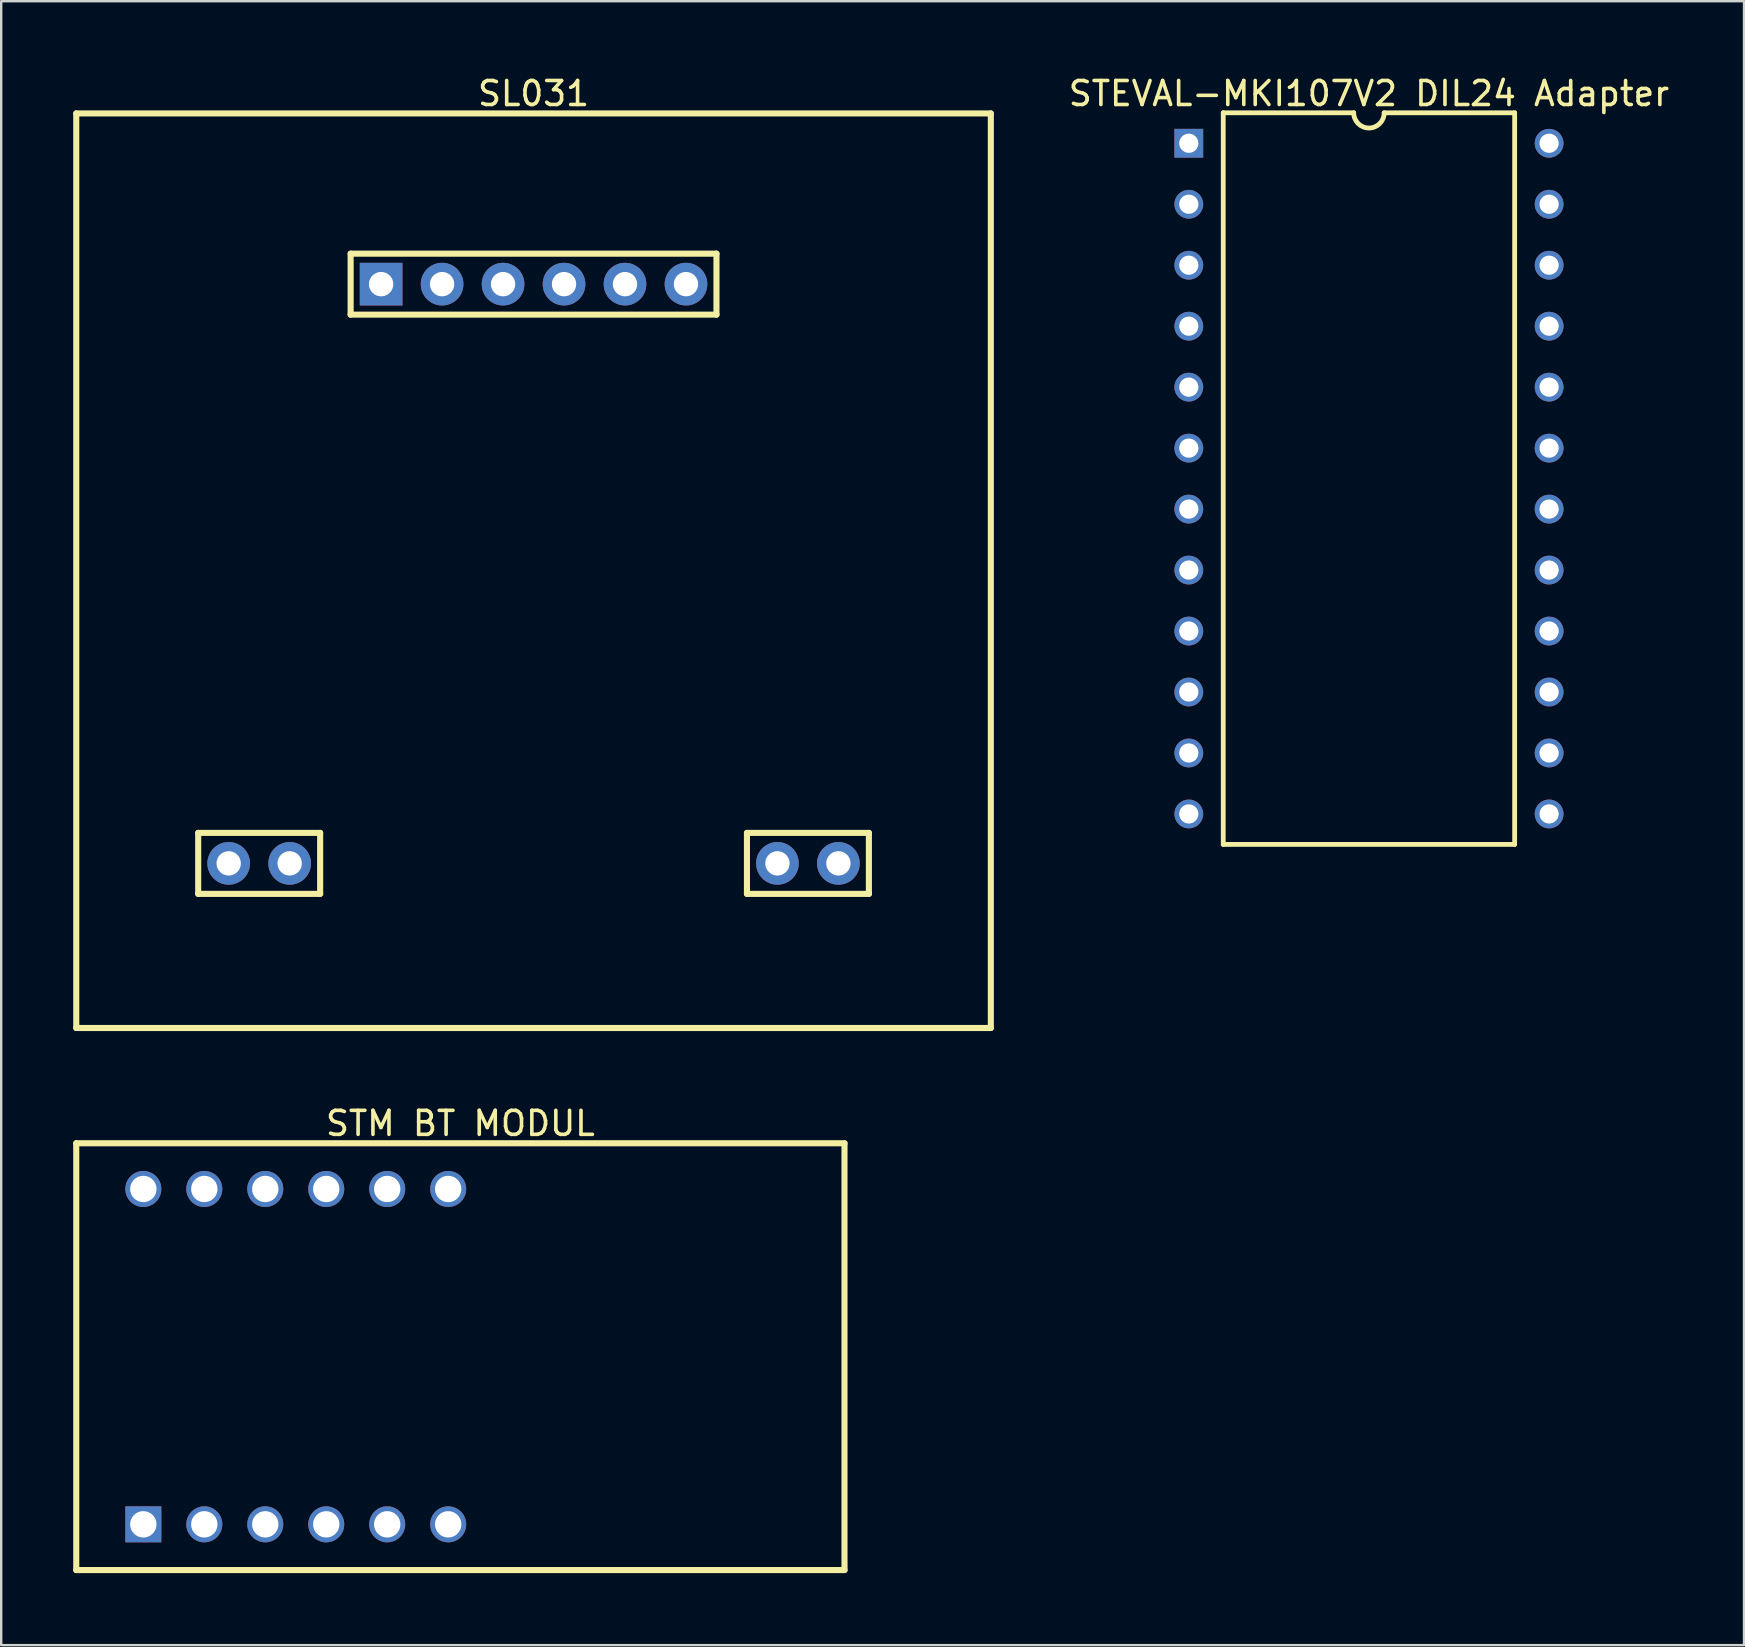
<source format=kicad_pcb>
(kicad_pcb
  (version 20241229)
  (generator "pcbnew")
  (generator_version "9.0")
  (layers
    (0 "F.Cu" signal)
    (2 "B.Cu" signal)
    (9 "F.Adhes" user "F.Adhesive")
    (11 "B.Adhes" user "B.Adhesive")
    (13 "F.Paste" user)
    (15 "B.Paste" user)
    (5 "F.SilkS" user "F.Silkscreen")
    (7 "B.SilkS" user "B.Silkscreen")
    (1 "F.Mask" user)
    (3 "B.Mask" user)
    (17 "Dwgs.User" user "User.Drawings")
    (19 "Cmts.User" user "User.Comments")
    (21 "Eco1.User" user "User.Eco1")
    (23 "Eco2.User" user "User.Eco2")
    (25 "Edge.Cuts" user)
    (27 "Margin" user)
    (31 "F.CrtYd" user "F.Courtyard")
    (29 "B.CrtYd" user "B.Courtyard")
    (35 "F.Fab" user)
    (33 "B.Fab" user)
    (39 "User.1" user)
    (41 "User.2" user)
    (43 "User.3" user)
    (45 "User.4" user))
  (footprint "SL031"
    (layer "F.Cu")
    (at 19.177 20.852)
    (property "Reference" "SL031" (at 0 -20.004 0) (layer "F.SilkS") (effects (font (size 1 1) (thickness 0.15))))
    (fp_line (start -19.05 -19.177) (end 19.05 -19.177) (stroke (width 0.254) (type solid)) (layer "F.SilkS"))
    (fp_line (start -19.05 18.923) (end -19.05 -19.177) (stroke (width 0.254) (type solid)) (layer "F.SilkS"))
    (fp_line (start -19.05 18.923) (end 19.05 18.923) (stroke (width 0.254) (type solid)) (layer "F.SilkS"))
    (fp_line (start -13.97 10.795) (end -8.89 10.795) (stroke (width 0.254) (type solid)) (layer "F.SilkS"))
    (fp_line (start -13.97 13.335) (end -13.97 10.795) (stroke (width 0.254) (type solid)) (layer "F.SilkS"))
    (fp_line (start -13.97 13.335) (end -8.89 13.335) (stroke (width 0.254) (type solid)) (layer "F.SilkS"))
    (fp_line (start -8.89 13.335) (end -8.89 10.795) (stroke (width 0.254) (type solid)) (layer "F.SilkS"))
    (fp_line (start -7.62 -13.335) (end 7.62 -13.335) (stroke (width 0.254) (type solid)) (layer "F.SilkS"))
    (fp_line (start -7.62 -10.795) (end -7.62 -13.335) (stroke (width 0.254) (type solid)) (layer "F.SilkS"))
    (fp_line (start -7.62 -10.795) (end 7.62 -10.795) (stroke (width 0.254) (type solid)) (layer "F.SilkS"))
    (fp_line (start 7.62 -10.795) (end 7.62 -13.335) (stroke (width 0.254) (type solid)) (layer "F.SilkS"))
    (fp_line (start 8.89 10.795) (end 13.97 10.795) (stroke (width 0.254) (type solid)) (layer "F.SilkS"))
    (fp_line (start 8.89 13.335) (end 8.89 10.795) (stroke (width 0.254) (type solid)) (layer "F.SilkS"))
    (fp_line (start 8.89 13.335) (end 13.97 13.335) (stroke (width 0.254) (type solid)) (layer "F.SilkS"))
    (fp_line (start 13.97 13.335) (end 13.97 10.795) (stroke (width 0.254) (type solid)) (layer "F.SilkS"))
    (fp_line (start 19.05 18.923) (end 19.05 -19.177) (stroke (width 0.254) (type solid)) (layer "F.SilkS"))
    (pad "0" thru_hole circle (at -12.7 12.065) (size 1.778 1.778) (drill 1.016) (layers "*.Cu" "*.Mask"))
    (pad "0" thru_hole circle (at -10.16 12.065) (size 1.778 1.778) (drill 1.016) (layers "*.Cu" "*.Mask"))
    (pad "0" thru_hole circle (at 10.16 12.065) (size 1.778 1.778) (drill 1.016) (layers "*.Cu" "*.Mask"))
    (pad "0" thru_hole circle (at 12.7 12.065) (size 1.778 1.778) (drill 1.016) (layers "*.Cu" "*.Mask"))
    (pad "1" thru_hole rect (at -6.35 -12.065) (size 1.778 1.778) (drill 1.016) (layers "*.Cu" "*.Mask"))
    (pad "2" thru_hole circle (at -3.81 -12.065) (size 1.778 1.778) (drill 1.016) (layers "*.Cu" "*.Mask"))
    (pad "3" thru_hole circle (at -1.27 -12.065) (size 1.778 1.778) (drill 1.016) (layers "*.Cu" "*.Mask"))
    (pad "4" thru_hole circle (at 1.27 -12.065) (size 1.778 1.778) (drill 1.016) (layers "*.Cu" "*.Mask"))
    (pad "5" thru_hole circle (at 3.81 -12.065) (size 1.778 1.778) (drill 1.016) (layers "*.Cu" "*.Mask"))
    (pad "6" thru_hole circle (at 6.35 -12.065) (size 1.778 1.778) (drill 1.016) (layers "*.Cu" "*.Mask")))
  (footprint "STM BT MODUL"
    (layer "F.Cu")
    (at 9.271 53.467)
    (property "Reference" "STM BT MODUL" (at 6.858 -9.717 0) (layer "F.SilkS") (effects (font (size 1 1) (thickness 0.15))))
    (fp_line (start -9.144 -8.89) (end 22.86 -8.89) (stroke (width 0.254) (type solid)) (layer "F.SilkS"))
    (fp_line (start -9.144 8.89) (end -9.144 -8.89) (stroke (width 0.254) (type solid)) (layer "F.SilkS"))
    (fp_line (start -9.144 8.89) (end 22.86 8.89) (stroke (width 0.254) (type solid)) (layer "F.SilkS"))
    (fp_line (start 22.86 8.89) (end 22.86 -8.89) (stroke (width 0.254) (type solid)) (layer "F.SilkS"))
    (pad "1" thru_hole rect (at -6.35 6.985 270) (size 1.5 1.5) (drill 1.1) (layers "*.Cu" "*.Mask"))
    (pad "2" thru_hole circle (at -3.81 6.985 270) (size 1.5 1.5) (drill 1.1) (layers "*.Cu" "*.Mask"))
    (pad "3" thru_hole circle (at -1.27 6.985 270) (size 1.5 1.5) (drill 1.1) (layers "*.Cu" "*.Mask"))
    (pad "4" thru_hole circle (at 1.27 6.985 270) (size 1.5 1.5) (drill 1.1) (layers "*.Cu" "*.Mask"))
    (pad "5" thru_hole circle (at 3.81 6.985 270) (size 1.5 1.5) (drill 1.1) (layers "*.Cu" "*.Mask"))
    (pad "6" thru_hole circle (at 6.35 6.985 270) (size 1.5 1.5) (drill 1.1) (layers "*.Cu" "*.Mask"))
    (pad "7" thru_hole circle (at 6.35 -6.985 90) (size 1.5 1.5) (drill 1.1) (layers "*.Cu" "*.Mask"))
    (pad "8" thru_hole circle (at 3.81 -6.985 90) (size 1.5 1.5) (drill 1.1) (layers "*.Cu" "*.Mask"))
    (pad "9" thru_hole circle (at 1.27 -6.985 90) (size 1.5 1.5) (drill 1.1) (layers "*.Cu" "*.Mask"))
    (pad "10" thru_hole circle (at -1.27 -6.985 90) (size 1.5 1.5) (drill 1.1) (layers "*.Cu" "*.Mask"))
    (pad "11" thru_hole circle (at -3.81 -6.985 90) (size 1.5 1.5) (drill 1.1) (layers "*.Cu" "*.Mask"))
    (pad "12" thru_hole circle (at -6.35 -6.985 90) (size 1.5 1.5) (drill 1.1) (layers "*.Cu" "*.Mask")))
  (footprint "STEVAL-MKI107V2 DIL24 Adapter"
    (layer "F.Cu")
    (at 46.474 2.918)
    (property "Reference" "STEVAL-MKI107V2 DIL24 Adapter" (at 7.505 -2.07 0) (layer "F.SilkS") (effects (font (size 1 1) (thickness 0.15))))
    (fp_line (start 1.435 -1.27) (end 6.87 -1.27) (stroke (width 0.2) (type solid)) (layer "F.SilkS"))
    (fp_line (start 1.435 29.21) (end 1.435 -1.27) (stroke (width 0.2) (type solid)) (layer "F.SilkS"))
    (fp_line (start 1.435 29.21) (end 13.575 29.21) (stroke (width 0.2) (type solid)) (layer "F.SilkS"))
    (fp_line (start 8.14 -1.27) (end 13.575 -1.27) (stroke (width 0.2) (type solid)) (layer "F.SilkS"))
    (fp_line (start 13.575 29.21) (end 13.575 -1.27) (stroke (width 0.2) (type solid)) (layer "F.SilkS"))
    (fp_arc (start 8.14 -1.27) (mid 7.505 -0.635) (end 6.87 -1.27) (stroke (width 0.2) (type solid)) (layer "F.SilkS"))
    (pad "1" thru_hole rect (at 0 0) (size 1.2 1.2) (drill 0.8) (layers "*.Cu" "*.Mask"))
    (pad "2" thru_hole circle (at 0 2.54) (size 1.2 1.2) (drill 0.8) (layers "*.Cu" "*.Mask"))
    (pad "3" thru_hole circle (at 0 5.08) (size 1.2 1.2) (drill 0.8) (layers "*.Cu" "*.Mask"))
    (pad "4" thru_hole circle (at 0 7.62) (size 1.2 1.2) (drill 0.8) (layers "*.Cu" "*.Mask"))
    (pad "5" thru_hole circle (at 0 10.16) (size 1.2 1.2) (drill 0.8) (layers "*.Cu" "*.Mask"))
    (pad "6" thru_hole circle (at 0 12.7) (size 1.2 1.2) (drill 0.8) (layers "*.Cu" "*.Mask"))
    (pad "7" thru_hole circle (at 0 15.24) (size 1.2 1.2) (drill 0.8) (layers "*.Cu" "*.Mask"))
    (pad "8" thru_hole circle (at 0 17.78) (size 1.2 1.2) (drill 0.8) (layers "*.Cu" "*.Mask"))
    (pad "9" thru_hole circle (at 0 20.32) (size 1.2 1.2) (drill 0.8) (layers "*.Cu" "*.Mask"))
    (pad "10" thru_hole circle (at 0 22.86) (size 1.2 1.2) (drill 0.8) (layers "*.Cu" "*.Mask"))
    (pad "11" thru_hole circle (at 0 25.4) (size 1.2 1.2) (drill 0.8) (layers "*.Cu" "*.Mask"))
    (pad "12" thru_hole circle (at 0 27.94) (size 1.2 1.2) (drill 0.8) (layers "*.Cu" "*.Mask"))
    (pad "13" thru_hole circle (at 15.01 27.94) (size 1.2 1.2) (drill 0.8) (layers "*.Cu" "*.Mask"))
    (pad "14" thru_hole circle (at 15.01 25.4) (size 1.2 1.2) (drill 0.8) (layers "*.Cu" "*.Mask"))
    (pad "15" thru_hole circle (at 15.01 22.86) (size 1.2 1.2) (drill 0.8) (layers "*.Cu" "*.Mask"))
    (pad "16" thru_hole circle (at 15.01 20.32) (size 1.2 1.2) (drill 0.8) (layers "*.Cu" "*.Mask"))
    (pad "17" thru_hole circle (at 15.01 17.78) (size 1.2 1.2) (drill 0.8) (layers "*.Cu" "*.Mask"))
    (pad "18" thru_hole circle (at 15.01 15.24) (size 1.2 1.2) (drill 0.8) (layers "*.Cu" "*.Mask"))
    (pad "19" thru_hole circle (at 15.01 12.7) (size 1.2 1.2) (drill 0.8) (layers "*.Cu" "*.Mask"))
    (pad "20" thru_hole circle (at 15.01 10.16) (size 1.2 1.2) (drill 0.8) (layers "*.Cu" "*.Mask"))
    (pad "21" thru_hole circle (at 15.01 7.62) (size 1.2 1.2) (drill 0.8) (layers "*.Cu" "*.Mask"))
    (pad "22" thru_hole circle (at 15.01 5.08) (size 1.2 1.2) (drill 0.8) (layers "*.Cu" "*.Mask"))
    (pad "23" thru_hole circle (at 15.01 2.54) (size 1.2 1.2) (drill 0.8) (layers "*.Cu" "*.Mask"))
    (pad "24" thru_hole circle (at 15.01 0) (size 1.2 1.2) (drill 0.8) (layers "*.Cu" "*.Mask")))
  (gr_rect
    (start -3 -3)
    (end 69.604 65.484)
    (stroke (width 0.1) (type default))
    (fill no)
    (layer "Edge.Cuts")))
</source>
